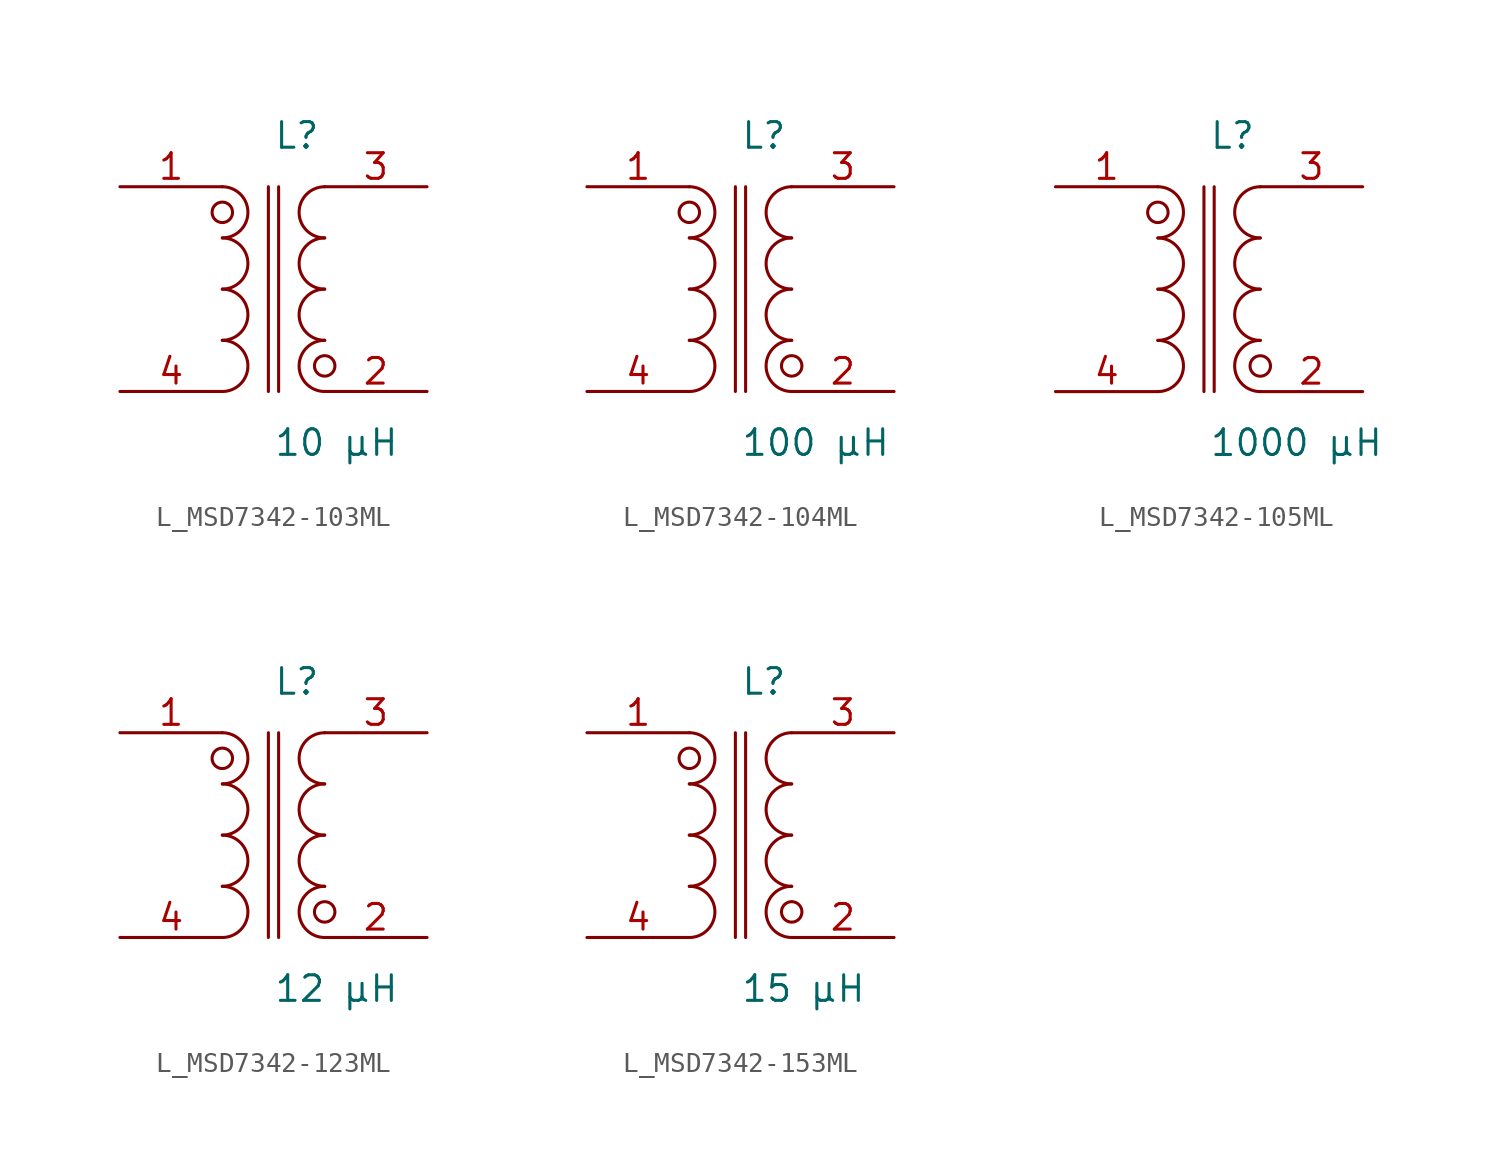
<source format=kicad_sym>
(kicad_symbol_lib
  (version 20231120)
  (generator kicad_symbol_editor)
  (generator_version 8.0)
  (symbol "L_MSD7342-103ML"
    (pin_names
      (offset 0.254))
    (property "Value" "10 µH"
      (at 0 -7.62 0)
      (effects (font (size 1.27 1.27)) (justify left)))
    (property "Reference" "L"
      (at 0 7.62 0)
      (effects (font (size 1.27 1.27)) (justify left)))
    (symbol "L_MSD7342-103ML_1_1"
      (arc (start -2.54 -5.08) (mid -1.27 -3.81) (end -2.54 -2.54) (stroke (width 0) (type default)) (fill (type none)))
      (arc (start -2.54 -2.54) (mid -1.27 -1.27) (end -2.54 0.0) (stroke (width 0) (type default)) (fill (type none)))
      (arc (start -2.54 0.0) (mid -1.27 1.27) (end -2.54 2.54) (stroke (width 0) (type default)) (fill (type none)))
      (arc (start -2.54 2.54) (mid -1.27 3.81) (end -2.54 5.08) (stroke (width 0) (type default)) (fill (type none)))
      (arc (start 2.54 5.08) (mid 1.27 3.81) (end 2.54 2.54) (stroke (width 0) (type default)) (fill (type none)))
      (arc (start 2.54 2.54) (mid 1.27 1.27) (end 2.54 0.0) (stroke (width 0) (type default)) (fill (type none)))
      (arc (start 2.54 0.0) (mid 1.27 -1.27) (end 2.54 -2.54) (stroke (width 0) (type default)) (fill (type none)))
      (arc (start 2.54 -2.54) (mid 1.27 -3.81) (end 2.54 -5.08) (stroke (width 0) (type default)) (fill (type none)))
      (circle (center -2.54 3.81) (radius 0.508) (stroke (width 0) (type default)) (fill (type none)))
      (circle (center 2.54 -3.81) (radius 0.508) (stroke (width 0) (type default)) (fill (type none)))
      (polyline (pts (xy -0.254 5.08) (xy -0.254 -5.08)) (stroke (width 0) (type default)) (fill (type none)))
      (polyline (pts (xy 0.254 5.08) (xy 0.254 -5.08)) (stroke (width 0) (type default)) (fill (type none)))
      (pin unspecified line (at -7.62 5.08 0) (length 5.08) (name "" (effects (font (size 1.27 1.27)))) (number "1" (effects (font (size 1.27 1.27)))))
      (pin unspecified line (at -7.62 -5.08 0) (length 5.08) (name "" (effects (font (size 1.27 1.27)))) (number "4" (effects (font (size 1.27 1.27)))))
      (pin unspecified line (at 7.62 5.08 180) (length 5.08) (name "" (effects (font (size 1.27 1.27)))) (number "3" (effects (font (size 1.27 1.27)))))
      (pin unspecified line (at 7.62 -5.08 180) (length 5.08) (name "" (effects (font (size 1.27 1.27)))) (number "2" (effects (font (size 1.27 1.27)))))))
  (symbol "L_MSD7342-104ML"
    (pin_names
      (offset 0.254))
    (property "Value" "100 µH"
      (at 0 -7.62 0)
      (effects (font (size 1.27 1.27)) (justify left)))
    (property "Reference" "L"
      (at 0 7.62 0)
      (effects (font (size 1.27 1.27)) (justify left)))
    (symbol "L_MSD7342-104ML_1_1"
      (arc (start -2.54 -5.08) (mid -1.27 -3.81) (end -2.54 -2.54) (stroke (width 0) (type default)) (fill (type none)))
      (arc (start -2.54 -2.54) (mid -1.27 -1.27) (end -2.54 0.0) (stroke (width 0) (type default)) (fill (type none)))
      (arc (start -2.54 0.0) (mid -1.27 1.27) (end -2.54 2.54) (stroke (width 0) (type default)) (fill (type none)))
      (arc (start -2.54 2.54) (mid -1.27 3.81) (end -2.54 5.08) (stroke (width 0) (type default)) (fill (type none)))
      (arc (start 2.54 5.08) (mid 1.27 3.81) (end 2.54 2.54) (stroke (width 0) (type default)) (fill (type none)))
      (arc (start 2.54 2.54) (mid 1.27 1.27) (end 2.54 0.0) (stroke (width 0) (type default)) (fill (type none)))
      (arc (start 2.54 0.0) (mid 1.27 -1.27) (end 2.54 -2.54) (stroke (width 0) (type default)) (fill (type none)))
      (arc (start 2.54 -2.54) (mid 1.27 -3.81) (end 2.54 -5.08) (stroke (width 0) (type default)) (fill (type none)))
      (circle (center -2.54 3.81) (radius 0.508) (stroke (width 0) (type default)) (fill (type none)))
      (circle (center 2.54 -3.81) (radius 0.508) (stroke (width 0) (type default)) (fill (type none)))
      (polyline (pts (xy -0.254 5.08) (xy -0.254 -5.08)) (stroke (width 0) (type default)) (fill (type none)))
      (polyline (pts (xy 0.254 5.08) (xy 0.254 -5.08)) (stroke (width 0) (type default)) (fill (type none)))
      (pin unspecified line (at -7.62 5.08 0) (length 5.08) (name "" (effects (font (size 1.27 1.27)))) (number "1" (effects (font (size 1.27 1.27)))))
      (pin unspecified line (at -7.62 -5.08 0) (length 5.08) (name "" (effects (font (size 1.27 1.27)))) (number "4" (effects (font (size 1.27 1.27)))))
      (pin unspecified line (at 7.62 5.08 180) (length 5.08) (name "" (effects (font (size 1.27 1.27)))) (number "3" (effects (font (size 1.27 1.27)))))
      (pin unspecified line (at 7.62 -5.08 180) (length 5.08) (name "" (effects (font (size 1.27 1.27)))) (number "2" (effects (font (size 1.27 1.27)))))))
  (symbol "L_MSD7342-105ML"
    (pin_names
      (offset 0.254))
    (property "Value" "1000 µH"
      (at 0 -7.62 0)
      (effects (font (size 1.27 1.27)) (justify left)))
    (property "Reference" "L"
      (at 0 7.62 0)
      (effects (font (size 1.27 1.27)) (justify left)))
    (symbol "L_MSD7342-105ML_1_1"
      (arc (start -2.54 -5.08) (mid -1.27 -3.81) (end -2.54 -2.54) (stroke (width 0) (type default)) (fill (type none)))
      (arc (start -2.54 -2.54) (mid -1.27 -1.27) (end -2.54 0.0) (stroke (width 0) (type default)) (fill (type none)))
      (arc (start -2.54 0.0) (mid -1.27 1.27) (end -2.54 2.54) (stroke (width 0) (type default)) (fill (type none)))
      (arc (start -2.54 2.54) (mid -1.27 3.81) (end -2.54 5.08) (stroke (width 0) (type default)) (fill (type none)))
      (arc (start 2.54 5.08) (mid 1.27 3.81) (end 2.54 2.54) (stroke (width 0) (type default)) (fill (type none)))
      (arc (start 2.54 2.54) (mid 1.27 1.27) (end 2.54 0.0) (stroke (width 0) (type default)) (fill (type none)))
      (arc (start 2.54 0.0) (mid 1.27 -1.27) (end 2.54 -2.54) (stroke (width 0) (type default)) (fill (type none)))
      (arc (start 2.54 -2.54) (mid 1.27 -3.81) (end 2.54 -5.08) (stroke (width 0) (type default)) (fill (type none)))
      (circle (center -2.54 3.81) (radius 0.508) (stroke (width 0) (type default)) (fill (type none)))
      (circle (center 2.54 -3.81) (radius 0.508) (stroke (width 0) (type default)) (fill (type none)))
      (polyline (pts (xy -0.254 5.08) (xy -0.254 -5.08)) (stroke (width 0) (type default)) (fill (type none)))
      (polyline (pts (xy 0.254 5.08) (xy 0.254 -5.08)) (stroke (width 0) (type default)) (fill (type none)))
      (pin unspecified line (at -7.62 5.08 0) (length 5.08) (name "" (effects (font (size 1.27 1.27)))) (number "1" (effects (font (size 1.27 1.27)))))
      (pin unspecified line (at -7.62 -5.08 0) (length 5.08) (name "" (effects (font (size 1.27 1.27)))) (number "4" (effects (font (size 1.27 1.27)))))
      (pin unspecified line (at 7.62 5.08 180) (length 5.08) (name "" (effects (font (size 1.27 1.27)))) (number "3" (effects (font (size 1.27 1.27)))))
      (pin unspecified line (at 7.62 -5.08 180) (length 5.08) (name "" (effects (font (size 1.27 1.27)))) (number "2" (effects (font (size 1.27 1.27)))))))
  (symbol "L_MSD7342-123ML"
    (pin_names
      (offset 0.254))
    (property "Value" "12 µH"
      (at 0 -7.62 0)
      (effects (font (size 1.27 1.27)) (justify left)))
    (property "Reference" "L"
      (at 0 7.62 0)
      (effects (font (size 1.27 1.27)) (justify left)))
    (symbol "L_MSD7342-123ML_1_1"
      (arc (start -2.54 -5.08) (mid -1.27 -3.81) (end -2.54 -2.54) (stroke (width 0) (type default)) (fill (type none)))
      (arc (start -2.54 -2.54) (mid -1.27 -1.27) (end -2.54 0.0) (stroke (width 0) (type default)) (fill (type none)))
      (arc (start -2.54 0.0) (mid -1.27 1.27) (end -2.54 2.54) (stroke (width 0) (type default)) (fill (type none)))
      (arc (start -2.54 2.54) (mid -1.27 3.81) (end -2.54 5.08) (stroke (width 0) (type default)) (fill (type none)))
      (arc (start 2.54 5.08) (mid 1.27 3.81) (end 2.54 2.54) (stroke (width 0) (type default)) (fill (type none)))
      (arc (start 2.54 2.54) (mid 1.27 1.27) (end 2.54 0.0) (stroke (width 0) (type default)) (fill (type none)))
      (arc (start 2.54 0.0) (mid 1.27 -1.27) (end 2.54 -2.54) (stroke (width 0) (type default)) (fill (type none)))
      (arc (start 2.54 -2.54) (mid 1.27 -3.81) (end 2.54 -5.08) (stroke (width 0) (type default)) (fill (type none)))
      (circle (center -2.54 3.81) (radius 0.508) (stroke (width 0) (type default)) (fill (type none)))
      (circle (center 2.54 -3.81) (radius 0.508) (stroke (width 0) (type default)) (fill (type none)))
      (polyline (pts (xy -0.254 5.08) (xy -0.254 -5.08)) (stroke (width 0) (type default)) (fill (type none)))
      (polyline (pts (xy 0.254 5.08) (xy 0.254 -5.08)) (stroke (width 0) (type default)) (fill (type none)))
      (pin unspecified line (at -7.62 5.08 0) (length 5.08) (name "" (effects (font (size 1.27 1.27)))) (number "1" (effects (font (size 1.27 1.27)))))
      (pin unspecified line (at -7.62 -5.08 0) (length 5.08) (name "" (effects (font (size 1.27 1.27)))) (number "4" (effects (font (size 1.27 1.27)))))
      (pin unspecified line (at 7.62 5.08 180) (length 5.08) (name "" (effects (font (size 1.27 1.27)))) (number "3" (effects (font (size 1.27 1.27)))))
      (pin unspecified line (at 7.62 -5.08 180) (length 5.08) (name "" (effects (font (size 1.27 1.27)))) (number "2" (effects (font (size 1.27 1.27)))))))
  (symbol "L_MSD7342-153ML"
    (pin_names
      (offset 0.254))
    (property "Value" "15 µH"
      (at 0 -7.62 0)
      (effects (font (size 1.27 1.27)) (justify left)))
    (property "Reference" "L"
      (at 0 7.62 0)
      (effects (font (size 1.27 1.27)) (justify left)))
    (symbol "L_MSD7342-153ML_1_1"
      (arc (start -2.54 -5.08) (mid -1.27 -3.81) (end -2.54 -2.54) (stroke (width 0) (type default)) (fill (type none)))
      (arc (start -2.54 -2.54) (mid -1.27 -1.27) (end -2.54 0.0) (stroke (width 0) (type default)) (fill (type none)))
      (arc (start -2.54 0.0) (mid -1.27 1.27) (end -2.54 2.54) (stroke (width 0) (type default)) (fill (type none)))
      (arc (start -2.54 2.54) (mid -1.27 3.81) (end -2.54 5.08) (stroke (width 0) (type default)) (fill (type none)))
      (arc (start 2.54 5.08) (mid 1.27 3.81) (end 2.54 2.54) (stroke (width 0) (type default)) (fill (type none)))
      (arc (start 2.54 2.54) (mid 1.27 1.27) (end 2.54 0.0) (stroke (width 0) (type default)) (fill (type none)))
      (arc (start 2.54 0.0) (mid 1.27 -1.27) (end 2.54 -2.54) (stroke (width 0) (type default)) (fill (type none)))
      (arc (start 2.54 -2.54) (mid 1.27 -3.81) (end 2.54 -5.08) (stroke (width 0) (type default)) (fill (type none)))
      (circle (center -2.54 3.81) (radius 0.508) (stroke (width 0) (type default)) (fill (type none)))
      (circle (center 2.54 -3.81) (radius 0.508) (stroke (width 0) (type default)) (fill (type none)))
      (polyline (pts (xy -0.254 5.08) (xy -0.254 -5.08)) (stroke (width 0) (type default)) (fill (type none)))
      (polyline (pts (xy 0.254 5.08) (xy 0.254 -5.08)) (stroke (width 0) (type default)) (fill (type none)))
      (pin unspecified line (at -7.62 5.08 0) (length 5.08) (name "" (effects (font (size 1.27 1.27)))) (number "1" (effects (font (size 1.27 1.27)))))
      (pin unspecified line (at -7.62 -5.08 0) (length 5.08) (name "" (effects (font (size 1.27 1.27)))) (number "4" (effects (font (size 1.27 1.27)))))
      (pin unspecified line (at 7.62 5.08 180) (length 5.08) (name "" (effects (font (size 1.27 1.27)))) (number "3" (effects (font (size 1.27 1.27)))))
      (pin unspecified line (at 7.62 -5.08 180) (length 5.08) (name "" (effects (font (size 1.27 1.27)))) (number "2" (effects (font (size 1.27 1.27))))))))
</source>
